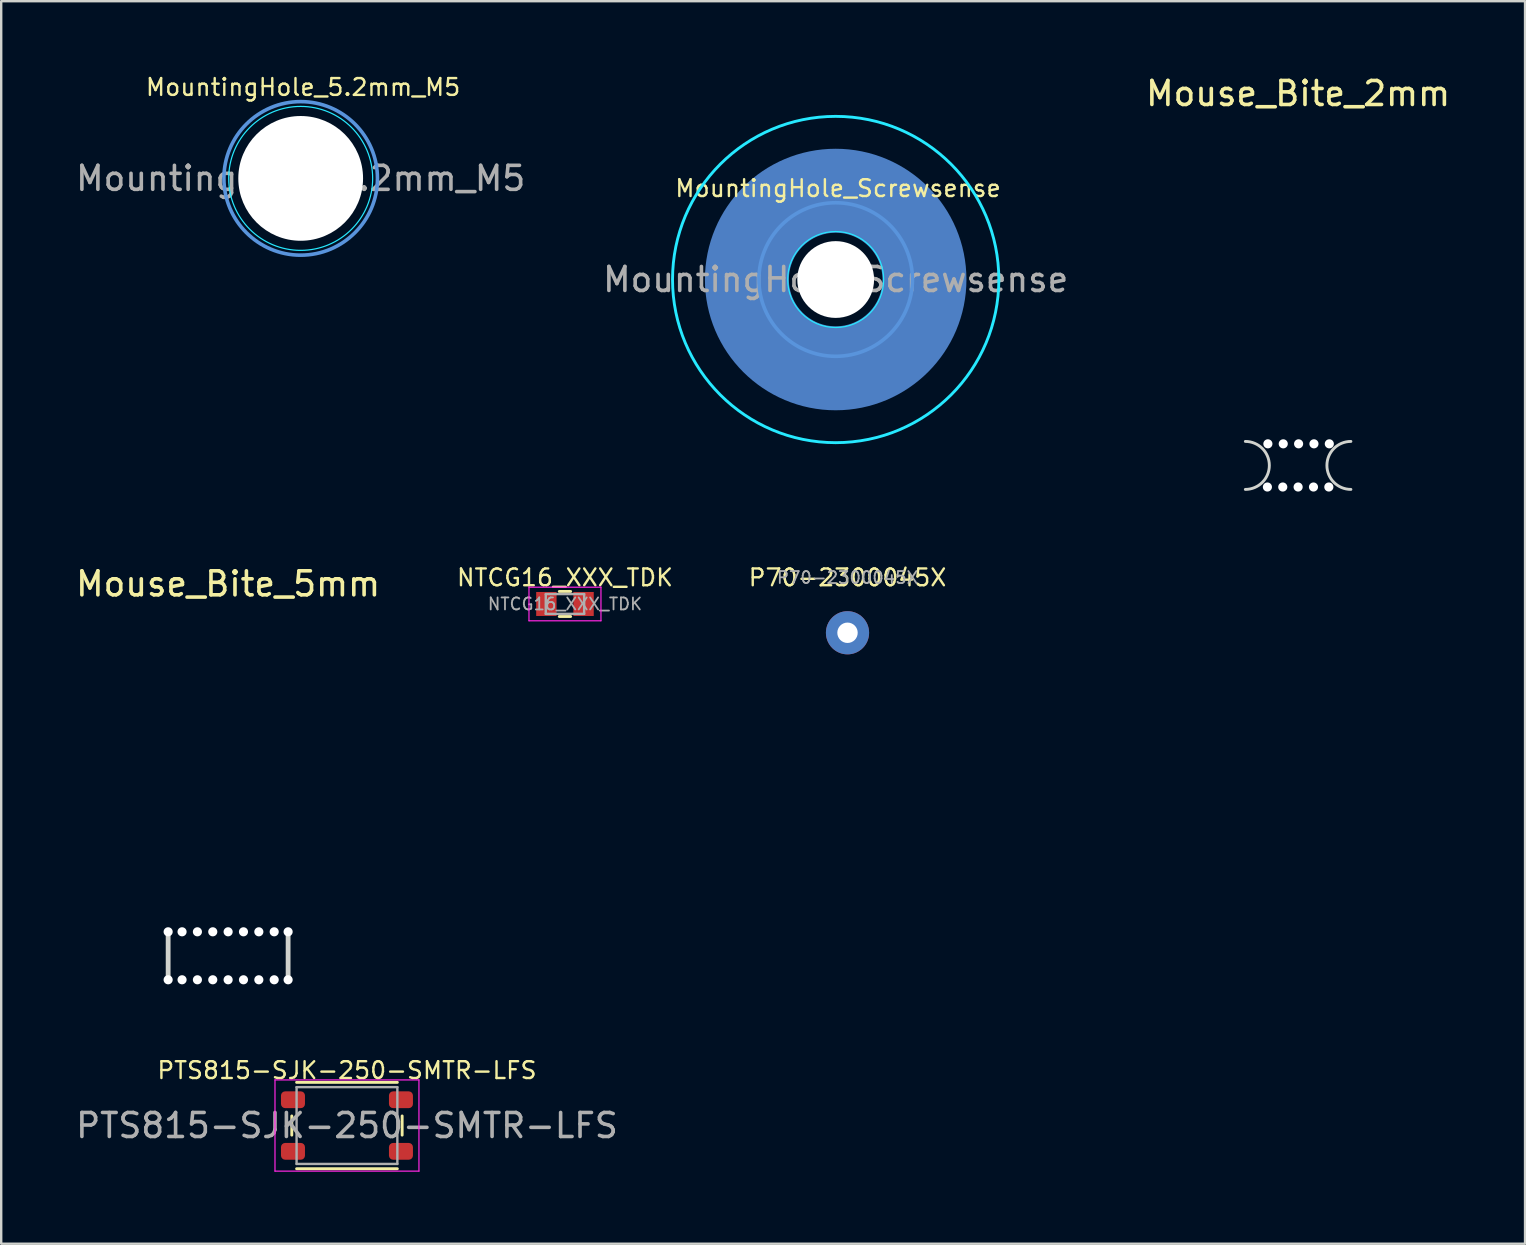
<source format=kicad_pcb>
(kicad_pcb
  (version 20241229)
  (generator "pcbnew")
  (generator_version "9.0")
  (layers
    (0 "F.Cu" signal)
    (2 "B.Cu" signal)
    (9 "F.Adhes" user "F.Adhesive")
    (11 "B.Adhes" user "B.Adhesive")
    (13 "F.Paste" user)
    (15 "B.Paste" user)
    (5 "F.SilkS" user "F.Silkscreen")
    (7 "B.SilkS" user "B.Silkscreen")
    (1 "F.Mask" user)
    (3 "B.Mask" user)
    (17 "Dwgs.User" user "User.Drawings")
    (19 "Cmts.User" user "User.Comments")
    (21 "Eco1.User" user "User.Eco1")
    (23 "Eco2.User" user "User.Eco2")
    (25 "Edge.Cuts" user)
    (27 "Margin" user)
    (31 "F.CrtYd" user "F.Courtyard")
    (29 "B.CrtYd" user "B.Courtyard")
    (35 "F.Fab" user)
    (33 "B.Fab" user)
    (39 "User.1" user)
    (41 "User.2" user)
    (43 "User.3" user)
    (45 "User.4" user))
  (footprint "PTS815-SJK-250-SMTR-LFS"
    (layer "F.Cu")
    (at 11.411 43.861)
    (property "Reference" "PTS815-SJK-250-SMTR-LFS" (at 0 -2.3 0) (unlocked yes) (layer "F.SilkS") (effects (font (size 0.7 0.7) (thickness 0.1))))
    (attr smd)
    (fp_line (start -2.3 -0.4) (end -2.3 0.4) (stroke (width 0.12) (type solid)) (layer "F.SilkS"))
    (fp_line (start 2.1 -1.8) (end -2.1 -1.8) (stroke (width 0.12) (type solid)) (layer "F.SilkS"))
    (fp_line (start 2.1 1.8) (end -2.1 1.8) (stroke (width 0.12) (type solid)) (layer "F.SilkS"))
    (fp_line (start 2.3 -0.4) (end 2.3 0.4) (stroke (width 0.12) (type solid)) (layer "F.SilkS"))
    (fp_line (start -3 -1.9) (end -3 1.9) (stroke (width 0.05) (type solid)) (layer "F.CrtYd"))
    (fp_line (start 3 -1.9) (end -3 -1.9) (stroke (width 0.05) (type solid)) (layer "F.CrtYd"))
    (fp_line (start 3 -1.9) (end 3 1.9) (stroke (width 0.05) (type solid)) (layer "F.CrtYd"))
    (fp_line (start 3 1.9) (end -3 1.9) (stroke (width 0.05) (type solid)) (layer "F.CrtYd"))
    (fp_line (start -2.1 -1.6) (end -2.1 1.6) (stroke (width 0.1) (type solid)) (layer "F.Fab"))
    (fp_line (start -2.1 -1.6) (end 2.1 -1.6) (stroke (width 0.1) (type solid)) (layer "F.Fab"))
    (fp_line (start -2.1 1.6) (end 2.1 1.6) (stroke (width 0.1) (type solid)) (layer "F.Fab"))
    (fp_line (start 2.1 1.6) (end 2.1 -1.6) (stroke (width 0.1) (type solid)) (layer "F.Fab"))
    (fp_text user "${REFERENCE}" (at 0 0 0) (unlocked yes) (layer "F.Fab") (effects (font (size 1 1) (thickness 0.15))))
    (pad "1" smd roundrect (at -2.25 -1.075) (size 1 0.7) (layers "F.Cu" "F.Mask" "F.Paste") (roundrect_rratio 0.25))
    (pad "2" smd roundrect (at 2.25 -1.075) (size 1 0.7) (layers "F.Cu" "F.Mask" "F.Paste") (roundrect_rratio 0.25))
    (pad "3" smd roundrect (at -2.25 1.075) (size 1 0.7) (layers "F.Cu" "F.Mask" "F.Paste") (roundrect_rratio 0.25))
    (pad "4" smd roundrect (at 2.25 1.075) (size 1 0.7) (layers "F.Cu" "F.Mask" "F.Paste") (roundrect_rratio 0.25)))
  (footprint "P70-2300045X"
    (layer "F.Cu")
    (at 32.273 23.323)
    (property "Reference" "P70-2300045X" (at 0 -2.3 0) (layer "F.SilkS") (effects (font (size 0.7 0.7) (thickness 0.1))))
    (attr smd)
    (fp_text user "${REFERENCE}" (at 0 -2.3 0) (layer "F.Fab") (effects (font (size 0.5 0.5) (thickness 0.075))))
    (pad "1" thru_hole circle (at 0 0) (size 1.8 1.8) (drill 0.85) (layers "*.Cu" "*.Mask")))
  (footprint "MountingHole_Screwsense"
    (layer "F.Cu")
    (at 31.78 8.6)
    (property "Reference" "MountingHole_Screwsense" (at 0.1 -3.8 0) (layer "F.SilkS") (effects (font (size 0.7 0.7) (thickness 0.1))))
    (fp_circle (center 0 0) (end 3.7 0) (stroke (width 3.5) (type solid)) (fill no) (layer "B.Cu"))
    (fp_circle (center 0 0) (end 3.2 0) (stroke (width 0.15) (type solid)) (fill no) (layer "Cmts.User"))
    (fp_circle (center 0 0) (end 2 0) (stroke (width 0.05) (type solid)) (fill no) (layer "B.CrtYd"))
    (fp_circle (center 0 0) (end 6.8 0) (stroke (width 0.12) (type solid)) (fill no) (layer "B.CrtYd"))
    (fp_text user "${REFERENCE}" (at 0 0 0) (layer "F.Fab") (effects (font (size 1 1) (thickness 0.15))))
    (pad "" np_thru_hole circle (at 0 0) (size 3.2 3.2) (drill 3.2) (layers "*.Cu" "*.Mask"))
    (zone (net_name "") (layer "F.Cu") (hatch edge 0.508) (connect_pads) (min_thickness 0.254) (filled_areas_thickness no) (keepout (tracks not_allowed) (vias not_allowed) (pads allowed) (copperpour not_allowed) (footprints allowed)) (placement (enabled no)) (fill) (polygon (pts (xy 33.19 5.64) (xy 33.97 6.16) (xy 34.6 6.93) (xy 34.91 7.64) (xy 35.05 8.46) (xy 35.02 9.11) (xy 34.78 9.92) (xy 34.18 10.85) (xy 33.25 11.53) (xy 31.88 11.87) (xy 30.65 11.66) (xy 29.87 11.26) (xy 29.19 10.61) (xy 28.75 9.87) (xy 28.55 9.11) (xy 28.54 8.12) (xy 28.7 7.48) (xy 29.16 6.63) (xy 29.63 6.13) (xy 30.19 5.73) (xy 31.17 5.38) (xy 32.31 5.36))))
    (zone (net_name "") (layer "B.Cu") (hatch edge 0.508) (connect_pads) (min_thickness 0.254) (filled_areas_thickness no) (keepout (tracks allowed) (vias allowed) (pads allowed) (copperpour not_allowed) (footprints allowed)) (placement (enabled no)) (fill) (polygon (pts (xy 33.48 0.2) (xy 35.08 0.7) (xy 36.08 1.2) (xy 36.98 1.8) (xy 37.58 2.3) (xy 38.08 2.8) (xy 38.58 3.4) (xy 39.18 4.3) (xy 39.68 5.3) (xy 40.08 6.5) (xy 40.28 7.6) (xy 40.28 9.6) (xy 40.08 10.7) (xy 39.68 11.9) (xy 38.98 13.2) (xy 38.18 14.3) (xy 37.18 15.2) (xy 35.98 16) (xy 34.98 16.5) (xy 33.78 16.9) (xy 32.18 17.1) (xy 31.08 17.1) (xy 29.78 16.9) (xy 28.48 16.5) (xy 27.28 15.9) (xy 26.08 15) (xy 24.98 13.8) (xy 24.28 12.7) (xy 23.78 11.7) (xy 23.48 10.7) (xy 23.28 9.6) (xy 23.28 7.7) (xy 23.48 6.7) (xy 24.08 4.9) (xy 24.68 3.9) (xy 25.38 3) (xy 26.18 2.1) (xy 27.28 1.3) (xy 28.68 0.6) (xy 29.98 0.2) (xy 31.78 0)))))
  (footprint "Mouse_Bite_5mm"
    (layer "F.Cu")
    (at 6.458 36.786)
    (property "Reference" "Mouse_Bite_5mm" (at 0 -15.5 0) (unlocked yes) (layer "F.SilkS") (effects (font (size 1 1) (thickness 0.15))))
    (attr smd board_only exclude_from_pos_files exclude_from_bom)
    (fp_line (start -2.5 -1) (end -2.5 1) (stroke (width 0.2) (type solid)) (layer "Edge.Cuts"))
    (fp_line (start 2.5 -1) (end 2.5 1) (stroke (width 0.2) (type solid)) (layer "Edge.Cuts"))
    (pad "" np_thru_hole circle (at -2.5 -1) (size 0.38 0.38) (drill 0.38) (layers "*.Cu" "*.Mask"))
    (pad "" np_thru_hole circle (at -2.5 1) (size 0.38 0.38) (drill 0.38) (layers "*.Cu" "*.Mask"))
    (pad "" np_thru_hole circle (at -1.92 -1) (size 0.38 0.38) (drill 0.38) (layers "*.Cu" "*.Mask"))
    (pad "" np_thru_hole circle (at -1.92 1) (size 0.38 0.38) (drill 0.38) (layers "*.Cu" "*.Mask"))
    (pad "" np_thru_hole circle (at -1.28 -1) (size 0.38 0.38) (drill 0.38) (layers "*.Cu" "*.Mask"))
    (pad "" np_thru_hole circle (at -1.28 1) (size 0.38 0.38) (drill 0.38) (layers "*.Cu" "*.Mask"))
    (pad "" np_thru_hole circle (at -0.64 -1) (size 0.38 0.38) (drill 0.38) (layers "*.Cu" "*.Mask"))
    (pad "" np_thru_hole circle (at -0.64 1) (size 0.38 0.38) (drill 0.38) (layers "*.Cu" "*.Mask"))
    (pad "" np_thru_hole circle (at 0 -1) (size 0.38 0.38) (drill 0.38) (layers "*.Cu" "*.Mask"))
    (pad "" np_thru_hole circle (at 0 1) (size 0.38 0.38) (drill 0.38) (layers "*.Cu" "*.Mask"))
    (pad "" np_thru_hole circle (at 0.64 -1) (size 0.38 0.38) (drill 0.38) (layers "*.Cu" "*.Mask"))
    (pad "" np_thru_hole circle (at 0.64 1) (size 0.38 0.38) (drill 0.38) (layers "*.Cu" "*.Mask"))
    (pad "" np_thru_hole circle (at 1.28 -1) (size 0.38 0.38) (drill 0.38) (layers "*.Cu" "*.Mask"))
    (pad "" np_thru_hole circle (at 1.28 1) (size 0.38 0.38) (drill 0.38) (layers "*.Cu" "*.Mask"))
    (pad "" np_thru_hole circle (at 1.92 -1) (size 0.38 0.38) (drill 0.38) (layers "*.Cu" "*.Mask"))
    (pad "" np_thru_hole circle (at 1.92 1) (size 0.38 0.38) (drill 0.38) (layers "*.Cu" "*.Mask"))
    (pad "" np_thru_hole circle (at 2.5 -1) (size 0.38 0.38) (drill 0.38) (layers "*.Cu" "*.Mask"))
    (pad "" np_thru_hole circle (at 2.5 1) (size 0.38 0.38) (drill 0.38) (layers "*.Cu" "*.Mask")))
  (footprint "Mouse_Bite_2mm"
    (layer "F.Cu")
    (at 51.054 16.348)
    (property "Reference" "Mouse_Bite_2mm" (at 0 -15.5 0) (unlocked yes) (layer "F.SilkS") (effects (font (size 1 1) (thickness 0.15))))
    (attr smd board_only exclude_from_pos_files exclude_from_bom)
    (fp_arc (start -2.2 -1) (mid -1.2 0) (end -2.2 1) (stroke (width 0.12) (type solid)) (layer "Edge.Cuts"))
    (fp_arc (start 2.2 1) (mid 1.2 0) (end 2.2 -1) (stroke (width 0.12) (type solid)) (layer "Edge.Cuts"))
    (pad "" np_thru_hole circle (at -1.28 0.9) (size 0.38 0.38) (drill 0.38) (layers "*.Cu" "*.Mask"))
    (pad "" np_thru_hole circle (at -1.26 -0.9) (size 0.38 0.38) (drill 0.38) (layers "*.Cu" "*.Mask"))
    (pad "" np_thru_hole circle (at -0.64 0.9) (size 0.38 0.38) (drill 0.38) (layers "*.Cu" "*.Mask"))
    (pad "" np_thru_hole circle (at -0.62 -0.9) (size 0.38 0.38) (drill 0.38) (layers "*.Cu" "*.Mask"))
    (pad "" np_thru_hole circle (at 0 0.9) (size 0.38 0.38) (drill 0.38) (layers "*.Cu" "*.Mask"))
    (pad "" np_thru_hole circle (at 0.02 -0.9) (size 0.38 0.38) (drill 0.38) (layers "*.Cu" "*.Mask"))
    (pad "" np_thru_hole circle (at 0.64 0.9) (size 0.38 0.38) (drill 0.38) (layers "*.Cu" "*.Mask"))
    (pad "" np_thru_hole circle (at 0.66 -0.9) (size 0.38 0.38) (drill 0.38) (layers "*.Cu" "*.Mask"))
    (pad "" np_thru_hole circle (at 1.28 0.9) (size 0.38 0.38) (drill 0.38) (layers "*.Cu" "*.Mask"))
    (pad "" np_thru_hole circle (at 1.3 -0.9) (size 0.38 0.38) (drill 0.38) (layers "*.Cu" "*.Mask")))
  (footprint "MountingHole_5.2mm_M5"
    (layer "F.Cu")
    (at 9.482 4.385)
    (property "Reference" "MountingHole_5.2mm_M5" (at 0.1 -3.8 0) (layer "F.SilkS") (effects (font (size 0.7 0.7) (thickness 0.1))))
    (fp_circle (center 0 0) (end 3.2 0) (stroke (width 0.15) (type solid)) (fill no) (layer "Cmts.User"))
    (fp_circle (center 0 0) (end 3 0) (stroke (width 0.05) (type solid)) (fill no) (layer "B.CrtYd"))
    (fp_text user "${REFERENCE}" (at 0 0 0) (layer "F.Fab") (effects (font (size 1 1) (thickness 0.15))))
    (pad "" np_thru_hole circle (at 0 0) (size 5.2 5.2) (drill 5.2) (layers "*.Cu" "*.Mask"))
    (zone (net_name "") (layers "F.Cu" "B.Cu") (hatch edge 0.508) (connect_pads) (min_thickness 0.254) (filled_areas_thickness no) (keepout (tracks not_allowed) (vias not_allowed) (pads allowed) (copperpour not_allowed) (footprints allowed)) (placement (enabled no)) (fill) (polygon (pts (xy 10.892 1.425) (xy 11.672 1.945) (xy 12.302 2.715) (xy 12.612 3.425) (xy 12.752 4.245) (xy 12.722 4.895) (xy 12.482 5.705) (xy 11.882 6.635) (xy 10.952 7.315) (xy 9.582 7.655) (xy 8.352 7.445) (xy 7.572 7.045) (xy 6.892 6.395) (xy 6.452 5.655) (xy 6.252 4.895) (xy 6.242 3.905) (xy 6.402 3.265) (xy 6.862 2.415) (xy 7.332 1.915) (xy 7.892 1.515) (xy 8.872 1.165) (xy 10.012 1.145))))
    (zone (net_name "") (layer "B.Cu") (hatch edge 0.508) (connect_pads) (min_thickness 0.254) (filled_areas_thickness no) (keepout (tracks not_allowed) (vias not_allowed) (pads not_allowed) (copperpour allowed) (footprints allowed)) (placement (enabled no)) (fill) (polygon (pts (xy 10.532 1.285) (xy 11.582 1.885) (xy 12.382 2.985) (xy 12.682 4.085) (xy 12.732 4.685) (xy 12.532 5.485) (xy 12.132 6.285) (xy 11.582 6.885) (xy 10.632 7.435) (xy 9.632 7.635) (xy 8.632 7.535) (xy 7.932 7.235) (xy 7.282 6.785) (xy 6.732 6.085) (xy 6.382 5.135) (xy 6.282 4.335) (xy 6.432 3.435) (xy 6.782 2.635) (xy 7.382 1.935) (xy 8.332 1.385) (xy 9.482 1.185)))))
  (footprint "NTCG16_XXX_TDK"
    (layer "F.Cu")
    (at 20.497 22.123)
    (property "Reference" "NTCG16_XXX_TDK" (at 0 -1.1 0) (layer "F.SilkS") (effects (font (size 0.7 0.7) (thickness 0.1))))
    (attr smd)
    (fp_line (start -0.237 -0.522) (end 0.237 -0.522) (stroke (width 0.12) (type solid)) (layer "F.SilkS"))
    (fp_line (start -0.237 0.522) (end 0.237 0.522) (stroke (width 0.12) (type solid)) (layer "F.SilkS"))
    (fp_line (start -1.5 -0.7) (end 1.5 -0.7) (stroke (width 0.05) (type solid)) (layer "F.CrtYd"))
    (fp_line (start -1.5 0.7) (end -1.5 -0.7) (stroke (width 0.05) (type solid)) (layer "F.CrtYd"))
    (fp_line (start 1.5 -0.7) (end 1.5 0.7) (stroke (width 0.05) (type solid)) (layer "F.CrtYd"))
    (fp_line (start 1.5 0.7) (end -1.5 0.7) (stroke (width 0.05) (type solid)) (layer "F.CrtYd"))
    (fp_line (start -0.8 -0.412) (end 0.8 -0.412) (stroke (width 0.1) (type solid)) (layer "F.Fab"))
    (fp_line (start -0.8 0.412) (end -0.8 -0.412) (stroke (width 0.1) (type solid)) (layer "F.Fab"))
    (fp_line (start 0.8 -0.412) (end 0.8 0.412) (stroke (width 0.1) (type solid)) (layer "F.Fab"))
    (fp_line (start 0.8 0.412) (end -0.8 0.412) (stroke (width 0.1) (type solid)) (layer "F.Fab"))
    (fp_text user "${REFERENCE}" (at 0 0 0) (layer "F.Fab") (effects (font (size 0.5 0.5) (thickness 0.075))))
    (pad "1" smd rect (at -0.775 0) (size 0.85 1) (layers "F.Cu" "F.Mask" "F.Paste"))
    (pad "2" smd rect (at 0.775 0) (size 0.85 1) (layers "F.Cu" "F.Mask" "F.Paste")))
  (gr_rect
    (start -3 -3)
    (end 60.512 48.786)
    (stroke (width 0.1) (type default))
    (fill no)
    (layer "Edge.Cuts")))
</source>
